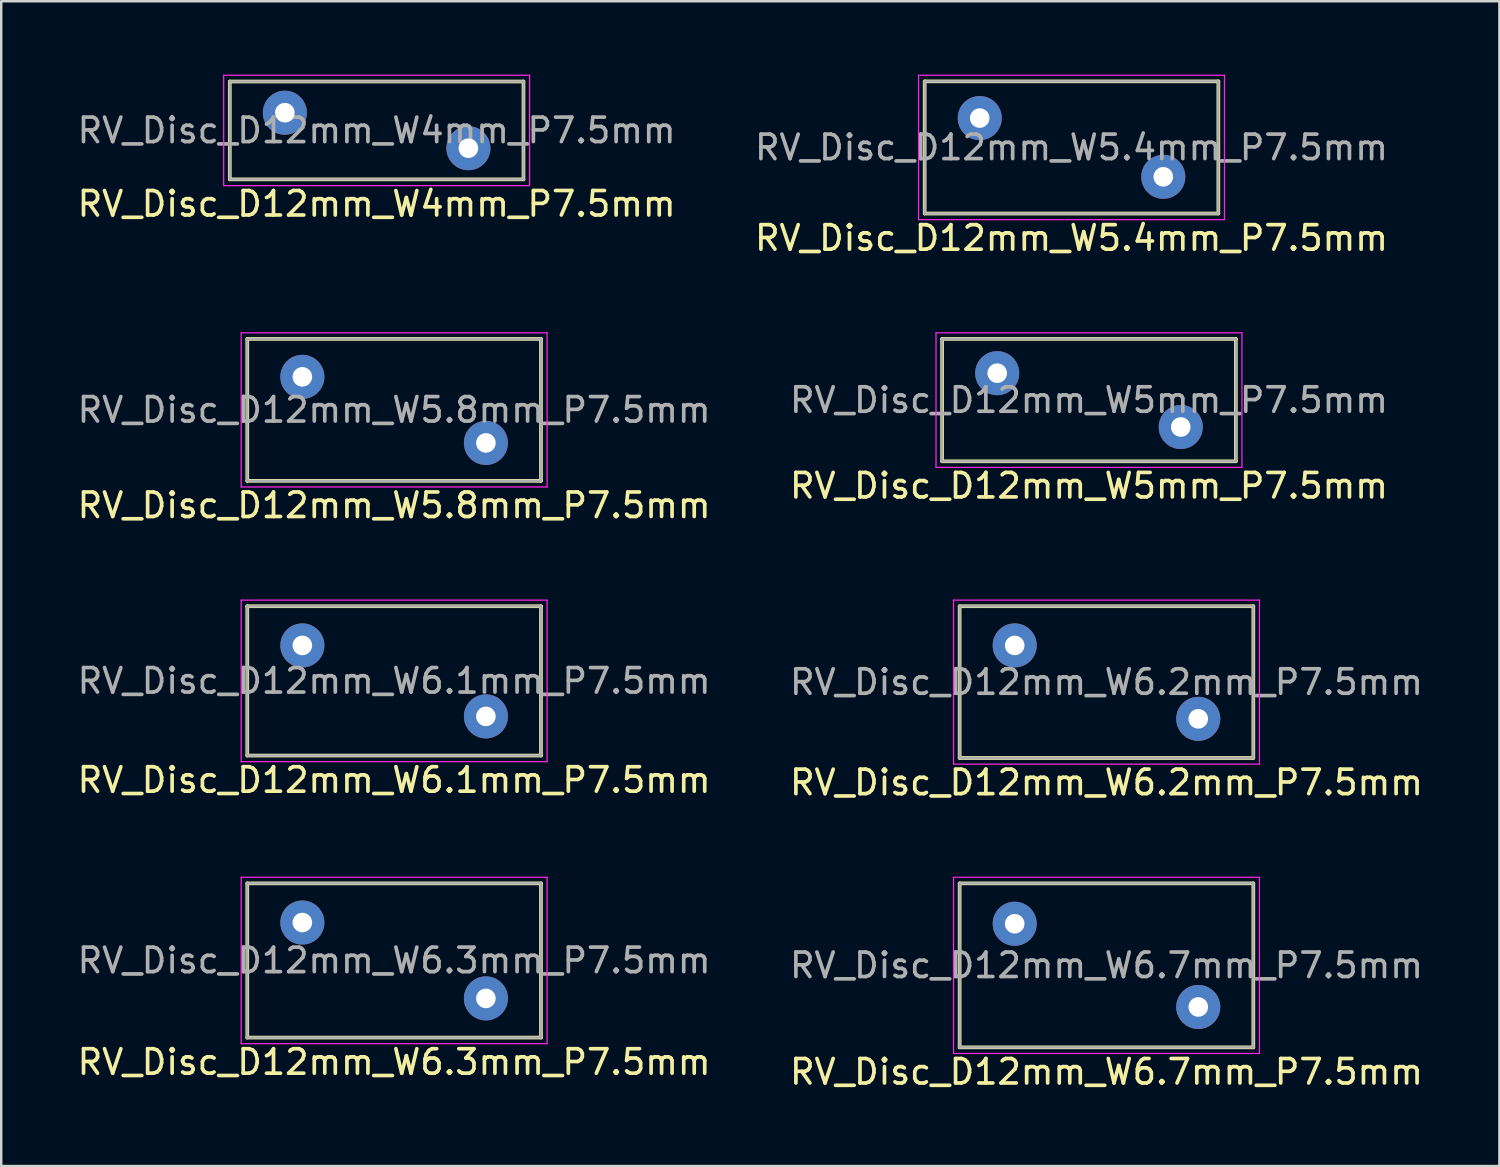
<source format=kicad_pcb>
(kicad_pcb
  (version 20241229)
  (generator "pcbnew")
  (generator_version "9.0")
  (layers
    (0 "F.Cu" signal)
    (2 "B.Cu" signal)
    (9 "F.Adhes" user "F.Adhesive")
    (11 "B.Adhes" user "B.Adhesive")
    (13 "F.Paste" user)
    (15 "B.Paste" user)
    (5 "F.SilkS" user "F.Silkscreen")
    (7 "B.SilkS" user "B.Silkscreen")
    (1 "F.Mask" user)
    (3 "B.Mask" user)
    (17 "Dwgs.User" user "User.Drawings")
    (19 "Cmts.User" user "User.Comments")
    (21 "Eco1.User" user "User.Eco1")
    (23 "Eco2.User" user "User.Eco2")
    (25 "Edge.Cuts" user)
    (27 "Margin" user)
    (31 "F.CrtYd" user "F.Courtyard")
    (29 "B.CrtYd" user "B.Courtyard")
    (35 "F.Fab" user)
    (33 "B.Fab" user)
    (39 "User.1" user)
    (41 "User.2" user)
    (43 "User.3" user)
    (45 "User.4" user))
  (footprint "RV_Disc_D12mm_W5mm_P7.5mm"
    (layer "F.Cu")
    (at 37.696 12.198)
    (property "Reference" "RV_Disc_D12mm_W5mm_P7.5mm" (at 3.75 4.6 0) (layer "F.SilkS") (effects (font (size 1 1) (thickness 0.15))))
    (attr through_hole)
    (fp_line (start -2.25 -1.4) (end -2.25 3.6) (stroke (width 0.15) (type solid)) (layer "F.SilkS"))
    (fp_line (start -2.25 -1.4) (end 9.75 -1.4) (stroke (width 0.15) (type solid)) (layer "F.SilkS"))
    (fp_line (start -2.25 3.6) (end 9.75 3.6) (stroke (width 0.15) (type solid)) (layer "F.SilkS"))
    (fp_line (start 9.75 -1.4) (end 9.75 3.6) (stroke (width 0.15) (type solid)) (layer "F.SilkS"))
    (fp_line (start -2.5 -1.65) (end -2.5 3.85) (stroke (width 0.05) (type solid)) (layer "F.CrtYd"))
    (fp_line (start -2.5 -1.65) (end 10 -1.65) (stroke (width 0.05) (type solid)) (layer "F.CrtYd"))
    (fp_line (start -2.5 3.85) (end 10 3.85) (stroke (width 0.05) (type solid)) (layer "F.CrtYd"))
    (fp_line (start 10 -1.65) (end 10 3.85) (stroke (width 0.05) (type solid)) (layer "F.CrtYd"))
    (fp_line (start -2.25 -1.4) (end -2.25 3.6) (stroke (width 0.1) (type solid)) (layer "F.Fab"))
    (fp_line (start -2.25 -1.4) (end 9.75 -1.4) (stroke (width 0.1) (type solid)) (layer "F.Fab"))
    (fp_line (start -2.25 3.6) (end 9.75 3.6) (stroke (width 0.1) (type solid)) (layer "F.Fab"))
    (fp_line (start 9.75 -1.4) (end 9.75 3.6) (stroke (width 0.1) (type solid)) (layer "F.Fab"))
    (fp_text user "${REFERENCE}" (at 3.75 1.1 0) (layer "F.Fab") (effects (font (size 1 1) (thickness 0.15))))
    (pad "1" thru_hole circle (at 0 0) (size 1.8 1.8) (drill 0.8) (layers "*.Cu" "*.Mask"))
    (pad "2" thru_hole circle (at 7.5 2.2) (size 1.8 1.8) (drill 0.8) (layers "*.Cu" "*.Mask")))
  (footprint "RV_Disc_D12mm_W5.4mm_P7.5mm"
    (layer "F.Cu")
    (at 36.982 1.775)
    (property "Reference" "RV_Disc_D12mm_W5.4mm_P7.5mm" (at 3.75 4.9 0) (layer "F.SilkS") (effects (font (size 1 1) (thickness 0.15))))
    (attr through_hole)
    (fp_line (start -2.25 -1.5) (end -2.25 3.9) (stroke (width 0.15) (type solid)) (layer "F.SilkS"))
    (fp_line (start -2.25 -1.5) (end 9.75 -1.5) (stroke (width 0.15) (type solid)) (layer "F.SilkS"))
    (fp_line (start -2.25 3.9) (end 9.75 3.9) (stroke (width 0.15) (type solid)) (layer "F.SilkS"))
    (fp_line (start 9.75 -1.5) (end 9.75 3.9) (stroke (width 0.15) (type solid)) (layer "F.SilkS"))
    (fp_line (start -2.5 -1.75) (end -2.5 4.15) (stroke (width 0.05) (type solid)) (layer "F.CrtYd"))
    (fp_line (start -2.5 -1.75) (end 10 -1.75) (stroke (width 0.05) (type solid)) (layer "F.CrtYd"))
    (fp_line (start -2.5 4.15) (end 10 4.15) (stroke (width 0.05) (type solid)) (layer "F.CrtYd"))
    (fp_line (start 10 -1.75) (end 10 4.15) (stroke (width 0.05) (type solid)) (layer "F.CrtYd"))
    (fp_line (start -2.25 -1.5) (end -2.25 3.9) (stroke (width 0.1) (type solid)) (layer "F.Fab"))
    (fp_line (start -2.25 -1.5) (end 9.75 -1.5) (stroke (width 0.1) (type solid)) (layer "F.Fab"))
    (fp_line (start -2.25 3.9) (end 9.75 3.9) (stroke (width 0.1) (type solid)) (layer "F.Fab"))
    (fp_line (start 9.75 -1.5) (end 9.75 3.9) (stroke (width 0.1) (type solid)) (layer "F.Fab"))
    (fp_text user "${REFERENCE}" (at 3.75 1.2 0) (layer "F.Fab") (effects (font (size 1 1) (thickness 0.15))))
    (pad "1" thru_hole circle (at 0 0) (size 1.8 1.8) (drill 0.8) (layers "*.Cu" "*.Mask"))
    (pad "2" thru_hole circle (at 7.5 2.4) (size 1.8 1.8) (drill 0.8) (layers "*.Cu" "*.Mask")))
  (footprint "RV_Disc_D12mm_W5.8mm_P7.5mm"
    (layer "F.Cu")
    (at 9.304 12.348)
    (property "Reference" "RV_Disc_D12mm_W5.8mm_P7.5mm" (at 3.75 5.25 0) (layer "F.SilkS") (effects (font (size 1 1) (thickness 0.15))))
    (attr through_hole)
    (fp_line (start -2.25 -1.55) (end -2.25 4.25) (stroke (width 0.15) (type solid)) (layer "F.SilkS"))
    (fp_line (start -2.25 -1.55) (end 9.75 -1.55) (stroke (width 0.15) (type solid)) (layer "F.SilkS"))
    (fp_line (start -2.25 4.25) (end 9.75 4.25) (stroke (width 0.15) (type solid)) (layer "F.SilkS"))
    (fp_line (start 9.75 -1.55) (end 9.75 4.25) (stroke (width 0.15) (type solid)) (layer "F.SilkS"))
    (fp_line (start -2.5 -1.8) (end -2.5 4.5) (stroke (width 0.05) (type solid)) (layer "F.CrtYd"))
    (fp_line (start -2.5 -1.8) (end 10 -1.8) (stroke (width 0.05) (type solid)) (layer "F.CrtYd"))
    (fp_line (start -2.5 4.5) (end 10 4.5) (stroke (width 0.05) (type solid)) (layer "F.CrtYd"))
    (fp_line (start 10 -1.8) (end 10 4.5) (stroke (width 0.05) (type solid)) (layer "F.CrtYd"))
    (fp_line (start -2.25 -1.55) (end -2.25 4.25) (stroke (width 0.1) (type solid)) (layer "F.Fab"))
    (fp_line (start -2.25 -1.55) (end 9.75 -1.55) (stroke (width 0.1) (type solid)) (layer "F.Fab"))
    (fp_line (start -2.25 4.25) (end 9.75 4.25) (stroke (width 0.1) (type solid)) (layer "F.Fab"))
    (fp_line (start 9.75 -1.55) (end 9.75 4.25) (stroke (width 0.1) (type solid)) (layer "F.Fab"))
    (fp_text user "${REFERENCE}" (at 3.75 1.35 0) (layer "F.Fab") (effects (font (size 1 1) (thickness 0.15))))
    (pad "1" thru_hole circle (at 0 0) (size 1.8 1.8) (drill 0.8) (layers "*.Cu" "*.Mask"))
    (pad "2" thru_hole circle (at 7.5 2.7) (size 1.8 1.8) (drill 0.8) (layers "*.Cu" "*.Mask")))
  (footprint "RV_Disc_D12mm_W6.1mm_P7.5mm"
    (layer "F.Cu")
    (at 9.304 23.322)
    (property "Reference" "RV_Disc_D12mm_W6.1mm_P7.5mm" (at 3.75 5.5 0) (layer "F.SilkS") (effects (font (size 1 1) (thickness 0.15))))
    (attr through_hole)
    (fp_line (start -2.25 -1.6) (end -2.25 4.5) (stroke (width 0.15) (type solid)) (layer "F.SilkS"))
    (fp_line (start -2.25 -1.6) (end 9.75 -1.6) (stroke (width 0.15) (type solid)) (layer "F.SilkS"))
    (fp_line (start -2.25 4.5) (end 9.75 4.5) (stroke (width 0.15) (type solid)) (layer "F.SilkS"))
    (fp_line (start 9.75 -1.6) (end 9.75 4.5) (stroke (width 0.15) (type solid)) (layer "F.SilkS"))
    (fp_line (start -2.5 -1.85) (end -2.5 4.75) (stroke (width 0.05) (type solid)) (layer "F.CrtYd"))
    (fp_line (start -2.5 -1.85) (end 10 -1.85) (stroke (width 0.05) (type solid)) (layer "F.CrtYd"))
    (fp_line (start -2.5 4.75) (end 10 4.75) (stroke (width 0.05) (type solid)) (layer "F.CrtYd"))
    (fp_line (start 10 -1.85) (end 10 4.75) (stroke (width 0.05) (type solid)) (layer "F.CrtYd"))
    (fp_line (start -2.25 -1.6) (end -2.25 4.5) (stroke (width 0.1) (type solid)) (layer "F.Fab"))
    (fp_line (start -2.25 -1.6) (end 9.75 -1.6) (stroke (width 0.1) (type solid)) (layer "F.Fab"))
    (fp_line (start -2.25 4.5) (end 9.75 4.5) (stroke (width 0.1) (type solid)) (layer "F.Fab"))
    (fp_line (start 9.75 -1.6) (end 9.75 4.5) (stroke (width 0.1) (type solid)) (layer "F.Fab"))
    (fp_text user "${REFERENCE}" (at 3.75 1.45 0) (layer "F.Fab") (effects (font (size 1 1) (thickness 0.15))))
    (pad "1" thru_hole circle (at 0 0) (size 1.8 1.8) (drill 0.8) (layers "*.Cu" "*.Mask"))
    (pad "2" thru_hole circle (at 7.5 2.9) (size 1.8 1.8) (drill 0.8) (layers "*.Cu" "*.Mask")))
  (footprint "RV_Disc_D12mm_W6.3mm_P7.5mm"
    (layer "F.Cu")
    (at 9.304 34.645)
    (property "Reference" "RV_Disc_D12mm_W6.3mm_P7.5mm" (at 3.75 5.7 0) (layer "F.SilkS") (effects (font (size 1 1) (thickness 0.15))))
    (attr through_hole)
    (fp_line (start -2.25 -1.6) (end -2.25 4.7) (stroke (width 0.15) (type solid)) (layer "F.SilkS"))
    (fp_line (start -2.25 -1.6) (end 9.75 -1.6) (stroke (width 0.15) (type solid)) (layer "F.SilkS"))
    (fp_line (start -2.25 4.7) (end 9.75 4.7) (stroke (width 0.15) (type solid)) (layer "F.SilkS"))
    (fp_line (start 9.75 -1.6) (end 9.75 4.7) (stroke (width 0.15) (type solid)) (layer "F.SilkS"))
    (fp_line (start -2.5 -1.85) (end -2.5 4.95) (stroke (width 0.05) (type solid)) (layer "F.CrtYd"))
    (fp_line (start -2.5 -1.85) (end 10 -1.85) (stroke (width 0.05) (type solid)) (layer "F.CrtYd"))
    (fp_line (start -2.5 4.95) (end 10 4.95) (stroke (width 0.05) (type solid)) (layer "F.CrtYd"))
    (fp_line (start 10 -1.85) (end 10 4.95) (stroke (width 0.05) (type solid)) (layer "F.CrtYd"))
    (fp_line (start -2.25 -1.6) (end -2.25 4.7) (stroke (width 0.1) (type solid)) (layer "F.Fab"))
    (fp_line (start -2.25 -1.6) (end 9.75 -1.6) (stroke (width 0.1) (type solid)) (layer "F.Fab"))
    (fp_line (start -2.25 4.7) (end 9.75 4.7) (stroke (width 0.1) (type solid)) (layer "F.Fab"))
    (fp_line (start 9.75 -1.6) (end 9.75 4.7) (stroke (width 0.1) (type solid)) (layer "F.Fab"))
    (fp_text user "${REFERENCE}" (at 3.75 1.55 0) (layer "F.Fab") (effects (font (size 1 1) (thickness 0.15))))
    (pad "1" thru_hole circle (at 0 0) (size 1.8 1.8) (drill 0.8) (layers "*.Cu" "*.Mask"))
    (pad "2" thru_hole circle (at 7.5 3.1) (size 1.8 1.8) (drill 0.8) (layers "*.Cu" "*.Mask")))
  (footprint "RV_Disc_D12mm_W6.7mm_P7.5mm"
    (layer "F.Cu")
    (at 38.411 34.695)
    (property "Reference" "RV_Disc_D12mm_W6.7mm_P7.5mm" (at 3.75 6.05 0) (layer "F.SilkS") (effects (font (size 1 1) (thickness 0.15))))
    (attr through_hole)
    (fp_line (start -2.25 -1.65) (end -2.25 5.05) (stroke (width 0.15) (type solid)) (layer "F.SilkS"))
    (fp_line (start -2.25 -1.65) (end 9.75 -1.65) (stroke (width 0.15) (type solid)) (layer "F.SilkS"))
    (fp_line (start -2.25 5.05) (end 9.75 5.05) (stroke (width 0.15) (type solid)) (layer "F.SilkS"))
    (fp_line (start 9.75 -1.65) (end 9.75 5.05) (stroke (width 0.15) (type solid)) (layer "F.SilkS"))
    (fp_line (start -2.5 -1.9) (end -2.5 5.3) (stroke (width 0.05) (type solid)) (layer "F.CrtYd"))
    (fp_line (start -2.5 -1.9) (end 10 -1.9) (stroke (width 0.05) (type solid)) (layer "F.CrtYd"))
    (fp_line (start -2.5 5.3) (end 10 5.3) (stroke (width 0.05) (type solid)) (layer "F.CrtYd"))
    (fp_line (start 10 -1.9) (end 10 5.3) (stroke (width 0.05) (type solid)) (layer "F.CrtYd"))
    (fp_line (start -2.25 -1.65) (end -2.25 5.05) (stroke (width 0.1) (type solid)) (layer "F.Fab"))
    (fp_line (start -2.25 -1.65) (end 9.75 -1.65) (stroke (width 0.1) (type solid)) (layer "F.Fab"))
    (fp_line (start -2.25 5.05) (end 9.75 5.05) (stroke (width 0.1) (type solid)) (layer "F.Fab"))
    (fp_line (start 9.75 -1.65) (end 9.75 5.05) (stroke (width 0.1) (type solid)) (layer "F.Fab"))
    (fp_text user "${REFERENCE}" (at 3.75 1.7 0) (layer "F.Fab") (effects (font (size 1 1) (thickness 0.15))))
    (pad "1" thru_hole circle (at 0 0) (size 1.8 1.8) (drill 0.8) (layers "*.Cu" "*.Mask"))
    (pad "2" thru_hole circle (at 7.5 3.4) (size 1.8 1.8) (drill 0.8) (layers "*.Cu" "*.Mask")))
  (footprint "RV_Disc_D12mm_W4mm_P7.5mm"
    (layer "F.Cu")
    (at 8.589 1.555)
    (property "Reference" "RV_Disc_D12mm_W4mm_P7.5mm" (at 3.75 3.725 0) (layer "F.SilkS") (effects (font (size 1 1) (thickness 0.15))))
    (attr through_hole)
    (fp_line (start -2.25 -1.275) (end -2.25 2.725) (stroke (width 0.15) (type solid)) (layer "F.SilkS"))
    (fp_line (start -2.25 -1.275) (end 9.75 -1.275) (stroke (width 0.15) (type solid)) (layer "F.SilkS"))
    (fp_line (start -2.25 2.725) (end 9.75 2.725) (stroke (width 0.15) (type solid)) (layer "F.SilkS"))
    (fp_line (start 9.75 -1.275) (end 9.75 2.725) (stroke (width 0.15) (type solid)) (layer "F.SilkS"))
    (fp_line (start -2.5 -1.53) (end -2.5 2.98) (stroke (width 0.05) (type solid)) (layer "F.CrtYd"))
    (fp_line (start -2.5 -1.53) (end 10 -1.53) (stroke (width 0.05) (type solid)) (layer "F.CrtYd"))
    (fp_line (start -2.5 2.98) (end 10 2.98) (stroke (width 0.05) (type solid)) (layer "F.CrtYd"))
    (fp_line (start 10 -1.53) (end 10 2.98) (stroke (width 0.05) (type solid)) (layer "F.CrtYd"))
    (fp_line (start -2.25 -1.275) (end -2.25 2.725) (stroke (width 0.1) (type solid)) (layer "F.Fab"))
    (fp_line (start -2.25 -1.275) (end 9.75 -1.275) (stroke (width 0.1) (type solid)) (layer "F.Fab"))
    (fp_line (start -2.25 2.725) (end 9.75 2.725) (stroke (width 0.1) (type solid)) (layer "F.Fab"))
    (fp_line (start 9.75 -1.275) (end 9.75 2.725) (stroke (width 0.1) (type solid)) (layer "F.Fab"))
    (fp_text user "${REFERENCE}" (at 3.75 0.725 0) (layer "F.Fab") (effects (font (size 1 1) (thickness 0.15))))
    (pad "1" thru_hole circle (at 0 0) (size 1.8 1.8) (drill 0.8) (layers "*.Cu" "*.Mask"))
    (pad "2" thru_hole circle (at 7.5 1.45) (size 1.8 1.8) (drill 0.8) (layers "*.Cu" "*.Mask")))
  (footprint "RV_Disc_D12mm_W6.2mm_P7.5mm"
    (layer "F.Cu")
    (at 38.411 23.322)
    (property "Reference" "RV_Disc_D12mm_W6.2mm_P7.5mm" (at 3.75 5.6 0) (layer "F.SilkS") (effects (font (size 1 1) (thickness 0.15))))
    (attr through_hole)
    (fp_line (start -2.25 -1.6) (end -2.25 4.6) (stroke (width 0.15) (type solid)) (layer "F.SilkS"))
    (fp_line (start -2.25 -1.6) (end 9.75 -1.6) (stroke (width 0.15) (type solid)) (layer "F.SilkS"))
    (fp_line (start -2.25 4.6) (end 9.75 4.6) (stroke (width 0.15) (type solid)) (layer "F.SilkS"))
    (fp_line (start 9.75 -1.6) (end 9.75 4.6) (stroke (width 0.15) (type solid)) (layer "F.SilkS"))
    (fp_line (start -2.5 -1.85) (end -2.5 4.85) (stroke (width 0.05) (type solid)) (layer "F.CrtYd"))
    (fp_line (start -2.5 -1.85) (end 10 -1.85) (stroke (width 0.05) (type solid)) (layer "F.CrtYd"))
    (fp_line (start -2.5 4.85) (end 10 4.85) (stroke (width 0.05) (type solid)) (layer "F.CrtYd"))
    (fp_line (start 10 -1.85) (end 10 4.85) (stroke (width 0.05) (type solid)) (layer "F.CrtYd"))
    (fp_line (start -2.25 -1.6) (end -2.25 4.6) (stroke (width 0.1) (type solid)) (layer "F.Fab"))
    (fp_line (start -2.25 -1.6) (end 9.75 -1.6) (stroke (width 0.1) (type solid)) (layer "F.Fab"))
    (fp_line (start -2.25 4.6) (end 9.75 4.6) (stroke (width 0.1) (type solid)) (layer "F.Fab"))
    (fp_line (start 9.75 -1.6) (end 9.75 4.6) (stroke (width 0.1) (type solid)) (layer "F.Fab"))
    (fp_text user "${REFERENCE}" (at 3.75 1.5 0) (layer "F.Fab") (effects (font (size 1 1) (thickness 0.15))))
    (pad "1" thru_hole circle (at 0 0) (size 1.8 1.8) (drill 0.8) (layers "*.Cu" "*.Mask"))
    (pad "2" thru_hole circle (at 7.5 3) (size 1.8 1.8) (drill 0.8) (layers "*.Cu" "*.Mask")))
  (gr_rect
    (start -3 -3)
    (end 58.214 44.593)
    (stroke (width 0.1) (type default))
    (fill no)
    (layer "Edge.Cuts")))
</source>
